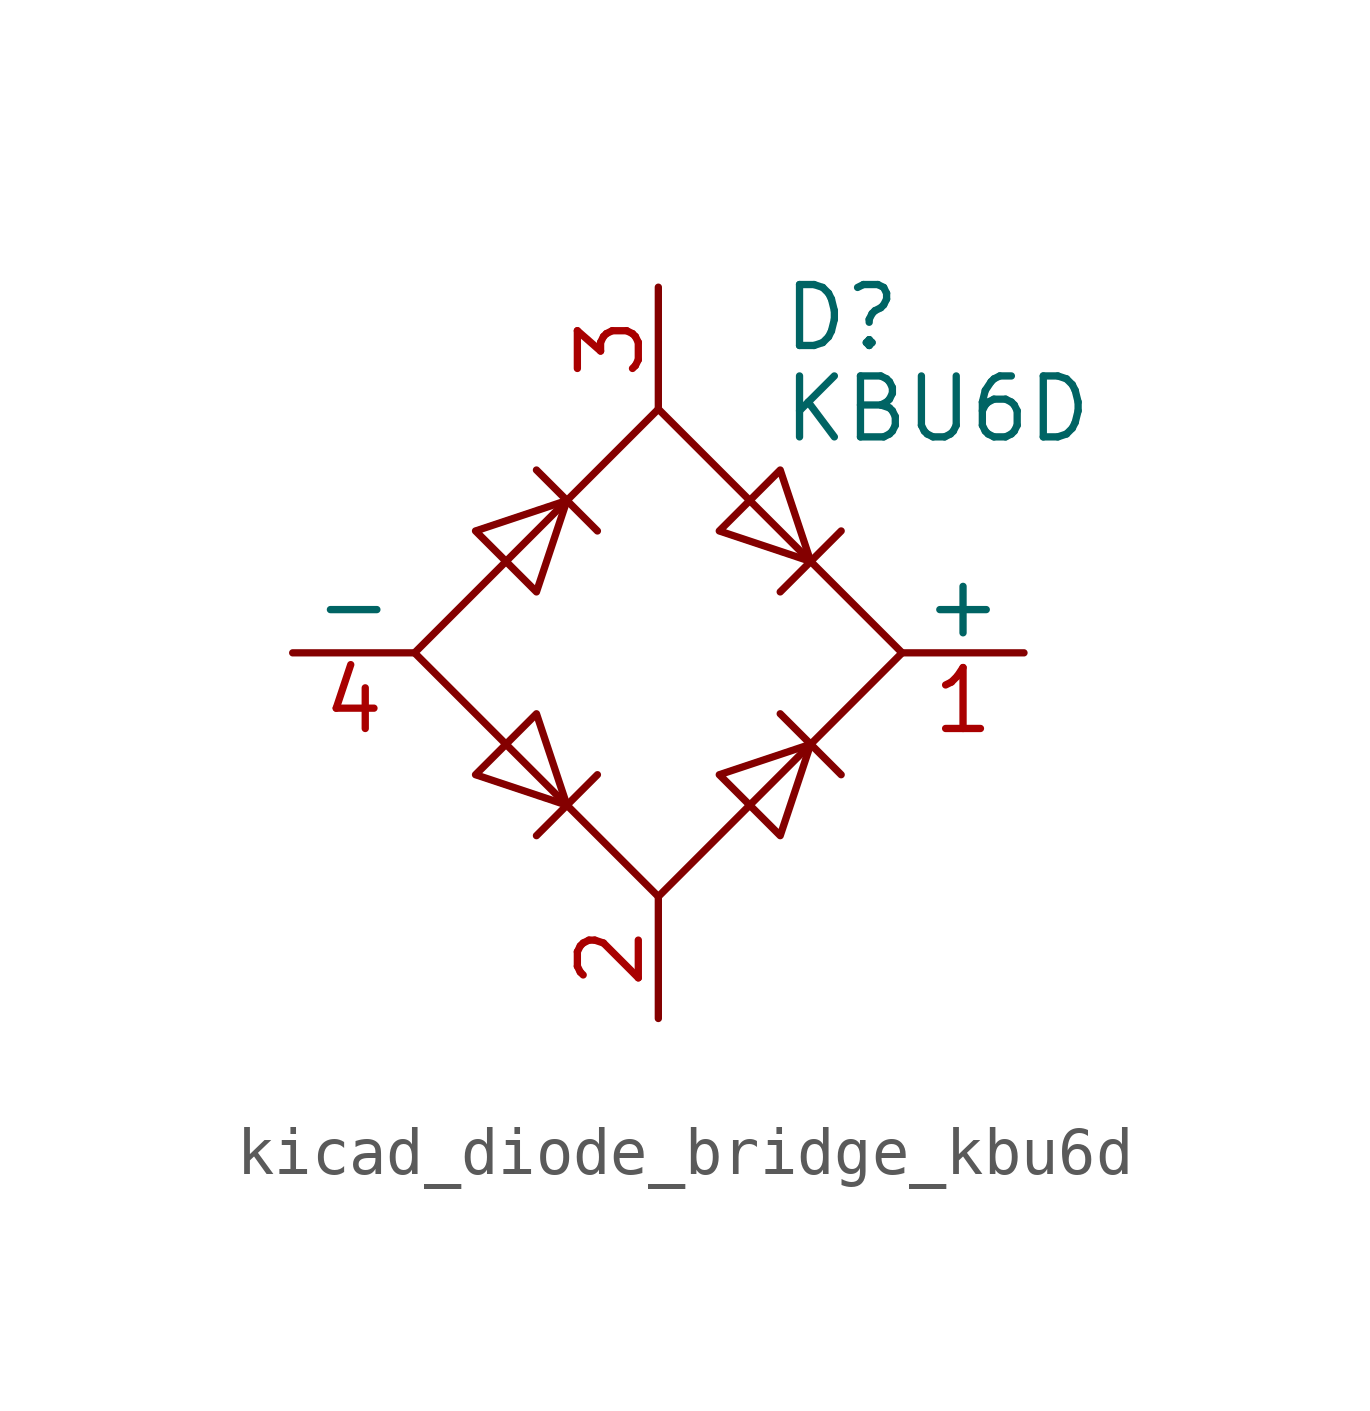
<source format=kicad_sym>
(kicad_symbol_lib
  (version 20220914)
  (generator kicad_symbol_editor)
  (symbol "kicad_diode_bridge_kbu6d"
    (pin_names
      (offset 0))
    (property "Reference" "D"
      (at 2.54 6.985 0)
      (effects (font (size 1.27 1.27)) (justify left)))
    (property "Value" "KBU6D"
      (at 2.54 5.08 0)
      (effects (font (size 1.27 1.27)) (justify left)))
    (symbol "kicad_diode_bridge_kbu6d_0_1"
      (polyline (pts (xy -2.54 3.81) (xy -1.27 2.54)) (stroke (width 0) (type default)) (fill (type none)))
      (polyline (pts (xy -1.27 -2.54) (xy -2.54 -3.81)) (stroke (width 0) (type default)) (fill (type none)))
      (polyline (pts (xy 2.54 -1.27) (xy 3.81 -2.54)) (stroke (width 0) (type default)) (fill (type none)))
      (polyline (pts (xy 2.54 1.27) (xy 3.81 2.54)) (stroke (width 0) (type default)) (fill (type none)))
      (polyline (pts (xy -3.81 2.54) (xy -2.54 1.27) (xy -1.905 3.175) (xy -3.81 2.54)) (stroke (width 0) (type default)) (fill (type none)))
      (polyline (pts (xy -2.54 -1.27) (xy -3.81 -2.54) (xy -1.905 -3.175) (xy -2.54 -1.27)) (stroke (width 0) (type default)) (fill (type none)))
      (polyline (pts (xy 1.27 2.54) (xy 2.54 3.81) (xy 3.175 1.905) (xy 1.27 2.54)) (stroke (width 0) (type default)) (fill (type none)))
      (polyline (pts (xy 3.175 -1.905) (xy 1.27 -2.54) (xy 2.54 -3.81) (xy 3.175 -1.905)) (stroke (width 0) (type default)) (fill (type none)))
      (polyline (pts (xy -5.08 0) (xy 0 -5.08) (xy 5.08 0) (xy 0 5.08) (xy -5.08 0)) (stroke (width 0) (type default)) (fill (type none))))
    (symbol "kicad_diode_bridge_kbu6d_1_1"
      (pin passive line (at 7.62 0 180) (length 2.54) (name "+" (effects (font (size 1.27 1.27)))) (number "1" (effects (font (size 1.27 1.27)))))
      (pin passive line (at 0 -7.62 90) (length 2.54) (name "~" (effects (font (size 1.27 1.27)))) (number "2" (effects (font (size 1.27 1.27)))))
      (pin passive line (at 0 7.62 270) (length 2.54) (name "~" (effects (font (size 1.27 1.27)))) (number "3" (effects (font (size 1.27 1.27)))))
      (pin passive line (at -7.62 0 0) (length 2.54) (name "-" (effects (font (size 1.27 1.27)))) (number "4" (effects (font (size 1.27 1.27))))))))
</source>
